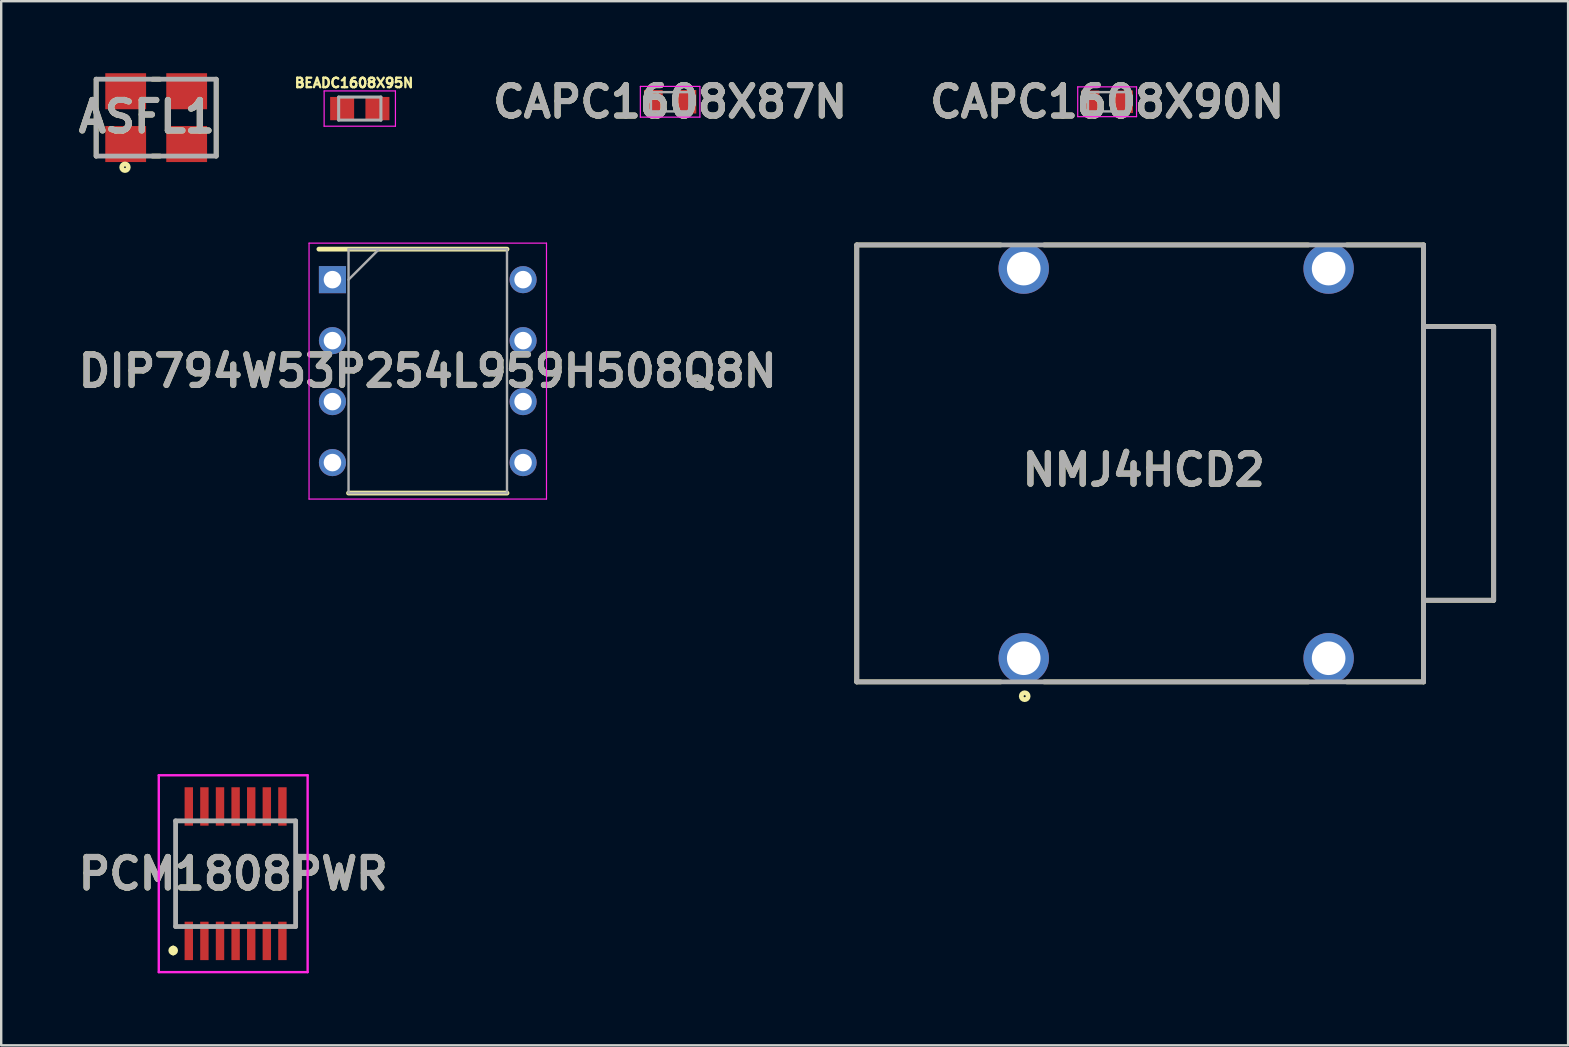
<source format=kicad_pcb>
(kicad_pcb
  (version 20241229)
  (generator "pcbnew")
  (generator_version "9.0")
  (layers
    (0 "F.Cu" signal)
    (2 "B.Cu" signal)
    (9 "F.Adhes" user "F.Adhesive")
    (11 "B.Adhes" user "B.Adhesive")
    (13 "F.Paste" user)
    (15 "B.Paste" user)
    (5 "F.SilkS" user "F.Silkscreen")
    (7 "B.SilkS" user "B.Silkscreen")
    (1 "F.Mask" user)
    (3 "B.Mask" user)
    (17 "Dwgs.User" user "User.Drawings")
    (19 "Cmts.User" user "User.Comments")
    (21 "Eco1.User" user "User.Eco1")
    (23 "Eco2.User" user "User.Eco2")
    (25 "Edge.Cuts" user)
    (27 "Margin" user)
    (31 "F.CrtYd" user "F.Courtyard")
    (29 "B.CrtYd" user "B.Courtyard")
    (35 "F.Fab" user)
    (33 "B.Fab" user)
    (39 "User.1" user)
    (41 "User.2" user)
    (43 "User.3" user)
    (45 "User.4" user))
  (footprint "PCM1808PWR"
    (layer "F.Cu")
    (at 6.764 33.342)
    (property "Reference" "PCM1808PWR" (at -0.1 0 0) (layer "F.SilkS") (effects (font (size 1.27 1.27) (thickness 0.254))))
    (attr smd)
    (fp_line (start -2.6 3.1) (end -2.6 3.1) (stroke (width 0.2) (type solid)) (layer "F.SilkS"))
    (fp_line (start -2.6 3.3) (end -2.6 3.3) (stroke (width 0.2) (type solid)) (layer "F.SilkS"))
    (fp_line (start -2.5 -1.5) (end -2.5 1.5) (stroke (width 0.1) (type solid)) (layer "F.SilkS"))
    (fp_line (start 2.5 -1.5) (end 2.5 1.5) (stroke (width 0.1) (type solid)) (layer "F.SilkS"))
    (fp_arc (start -2.6 3.1) (mid -2.5 3.2) (end -2.6 3.3) (stroke (width 0.2) (type solid)) (layer "F.SilkS"))
    (fp_arc (start -2.6 3.3) (mid -2.7 3.2) (end -2.6 3.1) (stroke (width 0.2) (type solid)) (layer "F.SilkS"))
    (fp_line (start -3.2 -4.1) (end 3 -4.1) (stroke (width 0.1) (type solid)) (layer "F.CrtYd"))
    (fp_line (start -3.2 4.1) (end -3.2 -4.1) (stroke (width 0.1) (type solid)) (layer "F.CrtYd"))
    (fp_line (start 3 -4.1) (end 3 4.1) (stroke (width 0.1) (type solid)) (layer "F.CrtYd"))
    (fp_line (start 3 4.1) (end -3.2 4.1) (stroke (width 0.1) (type solid)) (layer "F.CrtYd"))
    (fp_line (start -2.5 -2.2) (end 2.5 -2.2) (stroke (width 0.2) (type solid)) (layer "F.Fab"))
    (fp_line (start -2.5 2.2) (end -2.5 -2.2) (stroke (width 0.2) (type solid)) (layer "F.Fab"))
    (fp_line (start 2.5 -2.2) (end 2.5 2.2) (stroke (width 0.2) (type solid)) (layer "F.Fab"))
    (fp_line (start 2.5 2.2) (end -2.5 2.2) (stroke (width 0.2) (type solid)) (layer "F.Fab"))
    (fp_text user "${REFERENCE}" (at -0.1 0 0) (layer "F.Fab") (effects (font (size 1.27 1.27) (thickness 0.254))))
    (pad "1" smd rect (at -1.95 2.8) (size 0.35 1.6) (layers "F.Cu" "F.Mask" "F.Paste"))
    (pad "2" smd rect (at -1.3 2.8) (size 0.35 1.6) (layers "F.Cu" "F.Mask" "F.Paste"))
    (pad "3" smd rect (at -0.65 2.8) (size 0.35 1.6) (layers "F.Cu" "F.Mask" "F.Paste"))
    (pad "4" smd rect (at 0 2.8) (size 0.35 1.6) (layers "F.Cu" "F.Mask" "F.Paste"))
    (pad "5" smd rect (at 0.65 2.8) (size 0.35 1.6) (layers "F.Cu" "F.Mask" "F.Paste"))
    (pad "6" smd rect (at 1.3 2.8) (size 0.35 1.6) (layers "F.Cu" "F.Mask" "F.Paste"))
    (pad "7" smd rect (at 1.95 2.8) (size 0.35 1.6) (layers "F.Cu" "F.Mask" "F.Paste"))
    (pad "8" smd rect (at 1.95 -2.8) (size 0.35 1.6) (layers "F.Cu" "F.Mask" "F.Paste"))
    (pad "9" smd rect (at 1.3 -2.8) (size 0.35 1.6) (layers "F.Cu" "F.Mask" "F.Paste"))
    (pad "10" smd rect (at 0.65 -2.8) (size 0.35 1.6) (layers "F.Cu" "F.Mask" "F.Paste"))
    (pad "11" smd rect (at 0 -2.8) (size 0.35 1.6) (layers "F.Cu" "F.Mask" "F.Paste"))
    (pad "12" smd rect (at -0.65 -2.8) (size 0.35 1.6) (layers "F.Cu" "F.Mask" "F.Paste"))
    (pad "13" smd rect (at -1.3 -2.8) (size 0.35 1.6) (layers "F.Cu" "F.Mask" "F.Paste"))
    (pad "14" smd rect (at -1.95 -2.8) (size 0.35 1.6) (layers "F.Cu" "F.Mask" "F.Paste")))
  (footprint "CAPC1608X90N"
    (layer "F.Cu")
    (at 43.066 1.189)
    (property "Reference" "CAPC1608X90N" (at 0 0 0) (layer "F.SilkS") (effects (font (size 1.27 1.27) (thickness 0.254))))
    (attr smd)
    (fp_line (start -1.225 -0.62) (end 1.225 -0.62) (stroke (width 0.05) (type solid)) (layer "F.CrtYd"))
    (fp_line (start -1.225 0.62) (end -1.225 -0.62) (stroke (width 0.05) (type solid)) (layer "F.CrtYd"))
    (fp_line (start 1.225 -0.62) (end 1.225 0.62) (stroke (width 0.05) (type solid)) (layer "F.CrtYd"))
    (fp_line (start 1.225 0.62) (end -1.225 0.62) (stroke (width 0.05) (type solid)) (layer "F.CrtYd"))
    (fp_line (start -0.8 -0.4) (end 0.8 -0.4) (stroke (width 0.1) (type solid)) (layer "F.Fab"))
    (fp_line (start -0.8 0.4) (end -0.8 -0.4) (stroke (width 0.1) (type solid)) (layer "F.Fab"))
    (fp_line (start 0.8 -0.4) (end 0.8 0.4) (stroke (width 0.1) (type solid)) (layer "F.Fab"))
    (fp_line (start 0.8 0.4) (end -0.8 0.4) (stroke (width 0.1) (type solid)) (layer "F.Fab"))
    (fp_text user "${REFERENCE}" (at 0 0 0) (layer "F.Fab") (effects (font (size 1.27 1.27) (thickness 0.254))))
    (pad "1" smd rect (at -0.7 0) (size 0.75 0.94) (layers "F.Cu" "F.Mask" "F.Paste"))
    (pad "2" smd rect (at 0.7 0) (size 0.75 0.94) (layers "F.Cu" "F.Mask" "F.Paste")))
  (footprint "BEADC1608X95N"
    (layer "F.Cu")
    (at 11.936 1.473)
    (property "Reference" "BEADC1608X95N" (at -0.24 -1.07 0) (layer "F.SilkS") (effects (font (size 0.394 0.394) (thickness 0.15))))
    (attr smd)
    (fp_line (start -1.485 -0.735) (end 1.485 -0.735) (stroke (width 0.05) (type solid)) (layer "F.CrtYd"))
    (fp_line (start -1.485 0.735) (end -1.485 -0.735) (stroke (width 0.05) (type solid)) (layer "F.CrtYd"))
    (fp_line (start -1.485 0.735) (end 1.485 0.735) (stroke (width 0.05) (type solid)) (layer "F.CrtYd"))
    (fp_line (start 1.485 0.735) (end 1.485 -0.735) (stroke (width 0.05) (type solid)) (layer "F.CrtYd"))
    (fp_line (start -0.88 0.48) (end -0.88 -0.48) (stroke (width 0.127) (type solid)) (layer "F.Fab"))
    (fp_line (start 0.88 -0.48) (end -0.88 -0.48) (stroke (width 0.127) (type solid)) (layer "F.Fab"))
    (fp_line (start 0.88 0.48) (end -0.88 0.48) (stroke (width 0.127) (type solid)) (layer "F.Fab"))
    (fp_line (start 0.88 0.48) (end 0.88 -0.48) (stroke (width 0.127) (type solid)) (layer "F.Fab"))
    (pad "1" smd rect (at -0.735 0) (size 1 0.97) (layers "F.Cu" "F.Mask" "F.Paste"))
    (pad "2" smd rect (at 0.735 0) (size 1 0.97) (layers "F.Cu" "F.Mask" "F.Paste")))
  (footprint "ASFL1"
    (layer "F.Cu")
    (at 3.455 1.85)
    (property "Reference" "ASFL1" (at -0.389 -0.04 0) (layer "F.SilkS") (effects (font (size 1.27 1.27) (thickness 0.254))))
    (attr smd)
    (fp_line (start -2.5 -1.6) (end -2.5 1.6) (stroke (width 0.2) (type solid)) (layer "F.SilkS"))
    (fp_line (start -0.154 -1.6) (end 0.154 -1.6) (stroke (width 0.2) (type solid)) (layer "F.SilkS"))
    (fp_line (start -0.154 1.6) (end 0.154 1.6) (stroke (width 0.2) (type solid)) (layer "F.SilkS"))
    (fp_line (start 2.5 1.6) (end 2.5 -1.6) (stroke (width 0.2) (type solid)) (layer "F.SilkS"))
    (fp_circle (center -1.299 2.066) (end -1.299 2.103) (stroke (width 0.2) (type solid)) (fill no) (layer "F.SilkS"))
    (fp_line (start -2.5 -1.6) (end 2.5 -1.6) (stroke (width 0.2) (type solid)) (layer "F.Fab"))
    (fp_line (start -2.5 1.6) (end -2.5 -1.6) (stroke (width 0.2) (type solid)) (layer "F.Fab"))
    (fp_line (start 2.5 -1.6) (end 2.5 1.6) (stroke (width 0.2) (type solid)) (layer "F.Fab"))
    (fp_line (start 2.5 1.6) (end -2.5 1.6) (stroke (width 0.2) (type solid)) (layer "F.Fab"))
    (fp_text user "${REFERENCE}" (at -0.389 -0.04 0) (layer "F.Fab") (effects (font (size 1.27 1.27) (thickness 0.254))))
    (pad "1" smd rect (at -1.27 1.1 90) (size 1.5 1.7) (layers "F.Cu" "F.Mask" "F.Paste"))
    (pad "2" smd rect (at 1.27 1.1 90) (size 1.5 1.7) (layers "F.Cu" "F.Mask" "F.Paste"))
    (pad "3" smd rect (at 1.27 -1.1 90) (size 1.5 1.7) (layers "F.Cu" "F.Mask" "F.Paste"))
    (pad "4" smd rect (at -1.27 -1.1 90) (size 1.5 1.7) (layers "F.Cu" "F.Mask" "F.Paste")))
  (footprint "CAPC1608X87N"
    (layer "F.Cu")
    (at 24.863 1.189)
    (property "Reference" "CAPC1608X87N" (at 0 0 0) (layer "F.SilkS") (effects (font (size 1.27 1.27) (thickness 0.254))))
    (attr smd)
    (fp_line (start -1.24 -0.64) (end 1.24 -0.64) (stroke (width 0.05) (type solid)) (layer "F.CrtYd"))
    (fp_line (start -1.24 0.64) (end -1.24 -0.64) (stroke (width 0.05) (type solid)) (layer "F.CrtYd"))
    (fp_line (start 1.24 -0.64) (end 1.24 0.64) (stroke (width 0.05) (type solid)) (layer "F.CrtYd"))
    (fp_line (start 1.24 0.64) (end -1.24 0.64) (stroke (width 0.05) (type solid)) (layer "F.CrtYd"))
    (fp_line (start -0.8 -0.4) (end 0.8 -0.4) (stroke (width 0.1) (type solid)) (layer "F.Fab"))
    (fp_line (start -0.8 0.4) (end -0.8 -0.4) (stroke (width 0.1) (type solid)) (layer "F.Fab"))
    (fp_line (start 0.8 -0.4) (end 0.8 0.4) (stroke (width 0.1) (type solid)) (layer "F.Fab"))
    (fp_line (start 0.8 0.4) (end -0.8 0.4) (stroke (width 0.1) (type solid)) (layer "F.Fab"))
    (fp_text user "${REFERENCE}" (at 0 0 0) (layer "F.Fab") (effects (font (size 1.27 1.27) (thickness 0.254))))
    (pad "1" smd rect (at -0.7 0) (size 0.78 0.98) (layers "F.Cu" "F.Mask" "F.Paste"))
    (pad "2" smd rect (at 0.7 0) (size 0.78 0.98) (layers "F.Cu" "F.Mask" "F.Paste")))
  (footprint "DIP794W53P254L959H508Q8N"
    (layer "F.Cu")
    (at 14.768 12.408)
    (property "Reference" "DIP794W53P254L959H508Q8N" (at 0 0 0) (layer "F.SilkS") (effects (font (size 1.27 1.27) (thickness 0.254))))
    (attr through_hole)
    (fp_line (start -4.535 -5.08) (end 3.3 -5.08) (stroke (width 0.2) (type solid)) (layer "F.SilkS"))
    (fp_line (start -3.3 5.08) (end 3.3 5.08) (stroke (width 0.2) (type solid)) (layer "F.SilkS"))
    (fp_line (start -4.945 -5.33) (end 4.945 -5.33) (stroke (width 0.05) (type solid)) (layer "F.CrtYd"))
    (fp_line (start -4.945 5.33) (end -4.945 -5.33) (stroke (width 0.05) (type solid)) (layer "F.CrtYd"))
    (fp_line (start 4.945 -5.33) (end 4.945 5.33) (stroke (width 0.05) (type solid)) (layer "F.CrtYd"))
    (fp_line (start 4.945 5.33) (end -4.945 5.33) (stroke (width 0.05) (type solid)) (layer "F.CrtYd"))
    (fp_line (start -3.3 -5.08) (end 3.3 -5.08) (stroke (width 0.1) (type solid)) (layer "F.Fab"))
    (fp_line (start -3.3 -3.81) (end -2.03 -5.08) (stroke (width 0.1) (type solid)) (layer "F.Fab"))
    (fp_line (start -3.3 5.08) (end -3.3 -5.08) (stroke (width 0.1) (type solid)) (layer "F.Fab"))
    (fp_line (start 3.3 -5.08) (end 3.3 5.08) (stroke (width 0.1) (type solid)) (layer "F.Fab"))
    (fp_line (start 3.3 5.08) (end -3.3 5.08) (stroke (width 0.1) (type solid)) (layer "F.Fab"))
    (fp_text user "${REFERENCE}" (at 0 0 0) (layer "F.Fab") (effects (font (size 1.27 1.27) (thickness 0.254))))
    (pad "1" thru_hole rect (at -3.97 -3.81) (size 1.13 1.13) (drill 0.73) (layers "*.Cu" "*.Mask"))
    (pad "2" thru_hole circle (at -3.97 -1.27) (size 1.13 1.13) (drill 0.73) (layers "*.Cu" "*.Mask"))
    (pad "3" thru_hole circle (at -3.97 1.27) (size 1.13 1.13) (drill 0.73) (layers "*.Cu" "*.Mask"))
    (pad "4" thru_hole circle (at -3.97 3.81) (size 1.13 1.13) (drill 0.73) (layers "*.Cu" "*.Mask"))
    (pad "5" thru_hole circle (at 3.97 3.81) (size 1.13 1.13) (drill 0.73) (layers "*.Cu" "*.Mask"))
    (pad "6" thru_hole circle (at 3.97 1.27) (size 1.13 1.13) (drill 0.73) (layers "*.Cu" "*.Mask"))
    (pad "7" thru_hole circle (at 3.97 -1.27) (size 1.13 1.13) (drill 0.73) (layers "*.Cu" "*.Mask"))
    (pad "8" thru_hole circle (at 3.97 -3.81) (size 1.13 1.13) (drill 0.73) (layers "*.Cu" "*.Mask")))
  (footprint "NMJ4HCD2"
    (layer "F.Cu")
    (at 56.247 16.253)
    (property "Reference" "NMJ4HCD2" (at -11.659 0.271 0) (layer "F.SilkS") (effects (font (size 1.27 1.27) (thickness 0.254))))
    (attr through_hole)
    (fp_line (start -23.61 -9.1) (end -17.621 -9.1) (stroke (width 0.2) (type solid)) (layer "F.SilkS"))
    (fp_line (start -23.61 9.1) (end -23.61 -9.1) (stroke (width 0.2) (type solid)) (layer "F.SilkS"))
    (fp_line (start -23.61 9.1) (end -17.621 9.1) (stroke (width 0.2) (type solid)) (layer "F.SilkS"))
    (fp_line (start -15.8 -9.1) (end -4.8 -9.1) (stroke (width 0.2) (type solid)) (layer "F.SilkS"))
    (fp_line (start -15.8 9.1) (end -4.8 9.1) (stroke (width 0.2) (type solid)) (layer "F.SilkS"))
    (fp_line (start 0 -9.1) (end -3.192 -9.1) (stroke (width 0.2) (type solid)) (layer "F.SilkS"))
    (fp_line (start 0 -9.1) (end 0 9.1) (stroke (width 0.2) (type solid)) (layer "F.SilkS"))
    (fp_line (start 0 9.1) (end -3.192 9.1) (stroke (width 0.2) (type solid)) (layer "F.SilkS"))
    (fp_line (start 0.076 5.7) (end 2.92 5.7) (stroke (width 0.2) (type solid)) (layer "F.SilkS"))
    (fp_line (start 2.92 -5.7) (end 0.006 -5.7) (stroke (width 0.2) (type solid)) (layer "F.SilkS"))
    (fp_line (start 2.92 5.7) (end 2.92 -5.7) (stroke (width 0.2) (type solid)) (layer "F.SilkS"))
    (fp_circle (center -16.615 9.696) (end -16.615 9.839) (stroke (width 0.2) (type solid)) (fill no) (layer "F.SilkS"))
    (fp_line (start -23.61 -9.1) (end 0 -9.1) (stroke (width 0.2) (type solid)) (layer "F.Fab"))
    (fp_line (start -23.61 9.1) (end -23.61 -9.1) (stroke (width 0.2) (type solid)) (layer "F.Fab"))
    (fp_line (start 0 -9.1) (end 0 9.1) (stroke (width 0.2) (type solid)) (layer "F.Fab"))
    (fp_line (start 0 9.1) (end -23.61 9.1) (stroke (width 0.2) (type solid)) (layer "F.Fab"))
    (fp_line (start 0.006 -5.7) (end 2.92 -5.7) (stroke (width 0.2) (type solid)) (layer "F.Fab"))
    (fp_line (start 2.92 -5.7) (end 2.92 5.7) (stroke (width 0.2) (type solid)) (layer "F.Fab"))
    (fp_line (start 2.92 5.7) (end 0.076 5.7) (stroke (width 0.2) (type solid)) (layer "F.Fab"))
    (fp_text user "${REFERENCE}" (at -11.659 0.271 0) (layer "F.Fab") (effects (font (size 1.27 1.27) (thickness 0.254))))
    (pad "1" thru_hole circle (at -16.655 8.115) (size 2.1 2.1) (drill 1.4) (layers "*.Cu" "*.Mask"))
    (pad "2" thru_hole circle (at -3.955 8.115) (size 2.1 2.1) (drill 1.4) (layers "*.Cu" "*.Mask"))
    (pad "3" thru_hole circle (at -3.955 -8.115) (size 2.1 2.1) (drill 1.4) (layers "*.Cu" "*.Mask"))
    (pad "4" thru_hole circle (at -16.655 -8.115) (size 2.1 2.1) (drill 1.4) (layers "*.Cu" "*.Mask")))
  (gr_rect
    (start -3 -3)
    (end 62.267 40.492)
    (stroke (width 0.1) (type default))
    (fill no)
    (layer "Edge.Cuts")))
</source>
